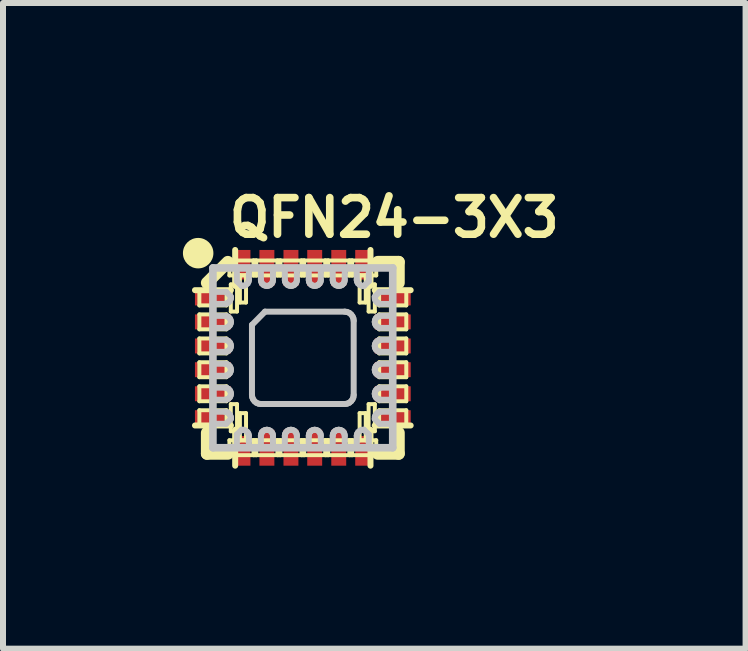
<source format=kicad_pcb>
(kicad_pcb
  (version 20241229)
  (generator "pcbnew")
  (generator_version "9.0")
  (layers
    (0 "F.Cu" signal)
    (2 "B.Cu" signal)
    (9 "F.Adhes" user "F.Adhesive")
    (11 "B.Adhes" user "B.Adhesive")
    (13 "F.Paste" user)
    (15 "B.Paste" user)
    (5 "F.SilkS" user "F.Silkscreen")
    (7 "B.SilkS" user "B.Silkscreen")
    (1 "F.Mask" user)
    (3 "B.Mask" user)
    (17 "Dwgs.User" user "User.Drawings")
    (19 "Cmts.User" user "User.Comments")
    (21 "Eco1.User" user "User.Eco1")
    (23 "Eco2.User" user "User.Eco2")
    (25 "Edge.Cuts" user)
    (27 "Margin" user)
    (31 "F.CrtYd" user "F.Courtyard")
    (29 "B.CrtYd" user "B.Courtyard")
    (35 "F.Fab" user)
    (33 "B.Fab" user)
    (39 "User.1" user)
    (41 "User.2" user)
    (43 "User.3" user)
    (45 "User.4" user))
  (footprint "QFN24-3X3"
    (layer "F.Cu")
    (at 1.999 2.916)
    (property "Reference" "QFN24-3X3" (at 1.524 -2.337 0) (layer "F.SilkS") (effects (font (size 0.61 0.61) (thickness 0.127))))
    (attr smd)
    (fp_line (start -1.499 -1.123) (end -1.303 -1.123) (stroke (width 0.003) (type solid)) (layer "B.Cu"))
    (fp_line (start -1.499 -0.874) (end -1.499 -1.123) (stroke (width 0.003) (type solid)) (layer "B.Cu"))
    (fp_line (start -1.499 0.874) (end -1.499 1.123) (stroke (width 0.003) (type solid)) (layer "B.Cu"))
    (fp_line (start -1.499 1.123) (end -1.303 1.123) (stroke (width 0.003) (type solid)) (layer "B.Cu"))
    (fp_line (start -1.303 -1.123) (end -1.199 -1.019) (stroke (width 0.003) (type solid)) (layer "B.Cu"))
    (fp_line (start -1.303 1.123) (end -1.199 1.019) (stroke (width 0.003) (type solid)) (layer "B.Cu"))
    (fp_line (start -1.199 -1.019) (end -1.199 -0.874) (stroke (width 0.003) (type solid)) (layer "B.Cu"))
    (fp_line (start -1.199 -0.874) (end -1.499 -0.874) (stroke (width 0.003) (type solid)) (layer "B.Cu"))
    (fp_line (start -1.199 0.874) (end -1.499 0.874) (stroke (width 0.003) (type solid)) (layer "B.Cu"))
    (fp_line (start -1.199 1.019) (end -1.199 0.874) (stroke (width 0.003) (type solid)) (layer "B.Cu"))
    (fp_line (start -1.123 -1.499) (end -1.123 -1.303) (stroke (width 0.003) (type solid)) (layer "B.Cu"))
    (fp_line (start -1.123 -1.303) (end -1.019 -1.199) (stroke (width 0.003) (type solid)) (layer "B.Cu"))
    (fp_line (start -1.123 1.303) (end -1.019 1.199) (stroke (width 0.003) (type solid)) (layer "B.Cu"))
    (fp_line (start -1.123 1.499) (end -1.123 1.303) (stroke (width 0.003) (type solid)) (layer "B.Cu"))
    (fp_line (start -1.019 -1.199) (end -0.874 -1.199) (stroke (width 0.003) (type solid)) (layer "B.Cu"))
    (fp_line (start -1.019 1.199) (end -0.874 1.199) (stroke (width 0.003) (type solid)) (layer "B.Cu"))
    (fp_line (start -0.874 -1.499) (end -1.123 -1.499) (stroke (width 0.003) (type solid)) (layer "B.Cu"))
    (fp_line (start -0.874 -1.199) (end -0.874 -1.499) (stroke (width 0.003) (type solid)) (layer "B.Cu"))
    (fp_line (start -0.874 1.199) (end -0.874 1.499) (stroke (width 0.003) (type solid)) (layer "B.Cu"))
    (fp_line (start -0.874 1.499) (end -1.123 1.499) (stroke (width 0.003) (type solid)) (layer "B.Cu"))
    (fp_line (start 0.874 -1.499) (end 1.123 -1.499) (stroke (width 0.003) (type solid)) (layer "B.Cu"))
    (fp_line (start 0.874 -1.199) (end 0.874 -1.499) (stroke (width 0.003) (type solid)) (layer "B.Cu"))
    (fp_line (start 0.874 1.199) (end 0.874 1.499) (stroke (width 0.003) (type solid)) (layer "B.Cu"))
    (fp_line (start 0.874 1.499) (end 1.123 1.499) (stroke (width 0.003) (type solid)) (layer "B.Cu"))
    (fp_line (start 1.019 -1.199) (end 0.874 -1.199) (stroke (width 0.003) (type solid)) (layer "B.Cu"))
    (fp_line (start 1.019 1.199) (end 0.874 1.199) (stroke (width 0.003) (type solid)) (layer "B.Cu"))
    (fp_line (start 1.123 -1.499) (end 1.123 -1.303) (stroke (width 0.003) (type solid)) (layer "B.Cu"))
    (fp_line (start 1.123 -1.303) (end 1.019 -1.199) (stroke (width 0.003) (type solid)) (layer "B.Cu"))
    (fp_line (start 1.123 1.303) (end 1.019 1.199) (stroke (width 0.003) (type solid)) (layer "B.Cu"))
    (fp_line (start 1.123 1.499) (end 1.123 1.303) (stroke (width 0.003) (type solid)) (layer "B.Cu"))
    (fp_line (start 1.199 -1.019) (end 1.199 -0.874) (stroke (width 0.003) (type solid)) (layer "B.Cu"))
    (fp_line (start 1.199 -0.874) (end 1.499 -0.874) (stroke (width 0.003) (type solid)) (layer "B.Cu"))
    (fp_line (start 1.199 0.874) (end 1.499 0.874) (stroke (width 0.003) (type solid)) (layer "B.Cu"))
    (fp_line (start 1.199 1.019) (end 1.199 0.874) (stroke (width 0.003) (type solid)) (layer "B.Cu"))
    (fp_line (start 1.303 -1.123) (end 1.199 -1.019) (stroke (width 0.003) (type solid)) (layer "B.Cu"))
    (fp_line (start 1.303 1.123) (end 1.199 1.019) (stroke (width 0.003) (type solid)) (layer "B.Cu"))
    (fp_line (start 1.499 -1.123) (end 1.303 -1.123) (stroke (width 0.003) (type solid)) (layer "B.Cu"))
    (fp_line (start 1.499 -0.874) (end 1.499 -1.123) (stroke (width 0.003) (type solid)) (layer "B.Cu"))
    (fp_line (start 1.499 0.874) (end 1.499 1.123) (stroke (width 0.003) (type solid)) (layer "B.Cu"))
    (fp_line (start 1.499 1.123) (end 1.303 1.123) (stroke (width 0.003) (type solid)) (layer "B.Cu"))
    (fp_line (start -1.798 -1.128) (end -1.199 -1.128) (stroke (width 0.1) (type solid)) (layer "F.SilkS"))
    (fp_line (start -1.725 -1.123) (end -1.273 -1.123) (stroke (width 0.066) (type solid)) (layer "F.SilkS"))
    (fp_line (start -1.725 -0.874) (end -1.725 -1.123) (stroke (width 0.066) (type solid)) (layer "F.SilkS"))
    (fp_line (start -1.725 -0.874) (end -1.273 -0.874) (stroke (width 0.066) (type solid)) (layer "F.SilkS"))
    (fp_line (start -1.725 -0.724) (end -1.273 -0.724) (stroke (width 0.066) (type solid)) (layer "F.SilkS"))
    (fp_line (start -1.725 -0.475) (end -1.725 -0.724) (stroke (width 0.066) (type solid)) (layer "F.SilkS"))
    (fp_line (start -1.725 -0.475) (end -1.273 -0.475) (stroke (width 0.066) (type solid)) (layer "F.SilkS"))
    (fp_line (start -1.725 -0.323) (end -1.273 -0.323) (stroke (width 0.066) (type solid)) (layer "F.SilkS"))
    (fp_line (start -1.725 -0.074) (end -1.725 -0.323) (stroke (width 0.066) (type solid)) (layer "F.SilkS"))
    (fp_line (start -1.725 -0.074) (end -1.273 -0.074) (stroke (width 0.066) (type solid)) (layer "F.SilkS"))
    (fp_line (start -1.725 0.074) (end -1.273 0.074) (stroke (width 0.066) (type solid)) (layer "F.SilkS"))
    (fp_line (start -1.725 0.323) (end -1.725 0.074) (stroke (width 0.066) (type solid)) (layer "F.SilkS"))
    (fp_line (start -1.725 0.323) (end -1.273 0.323) (stroke (width 0.066) (type solid)) (layer "F.SilkS"))
    (fp_line (start -1.725 0.475) (end -1.273 0.475) (stroke (width 0.066) (type solid)) (layer "F.SilkS"))
    (fp_line (start -1.725 0.724) (end -1.725 0.475) (stroke (width 0.066) (type solid)) (layer "F.SilkS"))
    (fp_line (start -1.725 0.724) (end -1.273 0.724) (stroke (width 0.066) (type solid)) (layer "F.SilkS"))
    (fp_line (start -1.725 0.874) (end -1.273 0.874) (stroke (width 0.066) (type solid)) (layer "F.SilkS"))
    (fp_line (start -1.725 1.123) (end -1.725 0.874) (stroke (width 0.066) (type solid)) (layer "F.SilkS"))
    (fp_line (start -1.725 1.123) (end -1.273 1.123) (stroke (width 0.066) (type solid)) (layer "F.SilkS"))
    (fp_line (start -1.598 -1.25) (end -1.25 -1.598) (stroke (width 0.203) (type solid)) (layer "F.SilkS"))
    (fp_line (start -1.598 1.25) (end -1.598 1.598) (stroke (width 0.203) (type solid)) (layer "F.SilkS"))
    (fp_line (start -1.598 1.598) (end -1.25 1.598) (stroke (width 0.203) (type solid)) (layer "F.SilkS"))
    (fp_line (start -1.273 -0.874) (end -1.273 -1.123) (stroke (width 0.066) (type solid)) (layer "F.SilkS"))
    (fp_line (start -1.273 -0.475) (end -1.273 -0.724) (stroke (width 0.066) (type solid)) (layer "F.SilkS"))
    (fp_line (start -1.273 -0.074) (end -1.273 -0.323) (stroke (width 0.066) (type solid)) (layer "F.SilkS"))
    (fp_line (start -1.273 0.323) (end -1.273 0.074) (stroke (width 0.066) (type solid)) (layer "F.SilkS"))
    (fp_line (start -1.273 0.724) (end -1.273 0.475) (stroke (width 0.066) (type solid)) (layer "F.SilkS"))
    (fp_line (start -1.273 1.123) (end -1.273 0.874) (stroke (width 0.066) (type solid)) (layer "F.SilkS"))
    (fp_line (start -1.224 -1.623) (end -0.775 -1.623) (stroke (width 0.066) (type solid)) (layer "F.SilkS"))
    (fp_line (start -1.224 -1.374) (end -1.224 -1.623) (stroke (width 0.066) (type solid)) (layer "F.SilkS"))
    (fp_line (start -1.224 -1.374) (end -0.775 -1.374) (stroke (width 0.066) (type solid)) (layer "F.SilkS"))
    (fp_line (start -1.224 1.374) (end -0.775 1.374) (stroke (width 0.066) (type solid)) (layer "F.SilkS"))
    (fp_line (start -1.224 1.623) (end -1.224 1.374) (stroke (width 0.066) (type solid)) (layer "F.SilkS"))
    (fp_line (start -1.224 1.623) (end -0.775 1.623) (stroke (width 0.066) (type solid)) (layer "F.SilkS"))
    (fp_line (start -1.201 -1.224) (end -1.097 -1.224) (stroke (width 0.066) (type solid)) (layer "F.SilkS"))
    (fp_line (start -1.201 -0.772) (end -1.201 -1.224) (stroke (width 0.066) (type solid)) (layer "F.SilkS"))
    (fp_line (start -1.201 -0.772) (end -1.097 -0.772) (stroke (width 0.066) (type solid)) (layer "F.SilkS"))
    (fp_line (start -1.201 0.772) (end -1.097 0.772) (stroke (width 0.066) (type solid)) (layer "F.SilkS"))
    (fp_line (start -1.201 1.224) (end -1.201 0.772) (stroke (width 0.066) (type solid)) (layer "F.SilkS"))
    (fp_line (start -1.201 1.224) (end -1.097 1.224) (stroke (width 0.066) (type solid)) (layer "F.SilkS"))
    (fp_line (start -1.199 1.128) (end -1.798 1.128) (stroke (width 0.1) (type solid)) (layer "F.SilkS"))
    (fp_line (start -1.128 -1.199) (end -1.128 -1.798) (stroke (width 0.1) (type solid)) (layer "F.SilkS"))
    (fp_line (start -1.128 1.798) (end -1.128 1.199) (stroke (width 0.1) (type solid)) (layer "F.SilkS"))
    (fp_line (start -1.097 -0.772) (end -1.097 -1.224) (stroke (width 0.066) (type solid)) (layer "F.SilkS"))
    (fp_line (start -1.097 1.224) (end -1.097 0.772) (stroke (width 0.066) (type solid)) (layer "F.SilkS"))
    (fp_line (start -1.049 -1.377) (end -0.947 -1.377) (stroke (width 0.066) (type solid)) (layer "F.SilkS"))
    (fp_line (start -1.049 -0.922) (end -1.049 -1.377) (stroke (width 0.066) (type solid)) (layer "F.SilkS"))
    (fp_line (start -1.049 -0.922) (end -0.947 -0.922) (stroke (width 0.066) (type solid)) (layer "F.SilkS"))
    (fp_line (start -1.049 0.922) (end -0.947 0.922) (stroke (width 0.066) (type solid)) (layer "F.SilkS"))
    (fp_line (start -1.049 1.377) (end -1.049 0.922) (stroke (width 0.066) (type solid)) (layer "F.SilkS"))
    (fp_line (start -1.049 1.377) (end -0.947 1.377) (stroke (width 0.066) (type solid)) (layer "F.SilkS"))
    (fp_line (start -0.947 -0.922) (end -0.947 -1.377) (stroke (width 0.066) (type solid)) (layer "F.SilkS"))
    (fp_line (start -0.947 1.377) (end -0.947 0.922) (stroke (width 0.066) (type solid)) (layer "F.SilkS"))
    (fp_line (start -0.823 -1.623) (end -0.373 -1.623) (stroke (width 0.066) (type solid)) (layer "F.SilkS"))
    (fp_line (start -0.823 -1.374) (end -0.823 -1.623) (stroke (width 0.066) (type solid)) (layer "F.SilkS"))
    (fp_line (start -0.823 -1.374) (end -0.373 -1.374) (stroke (width 0.066) (type solid)) (layer "F.SilkS"))
    (fp_line (start -0.823 1.374) (end -0.373 1.374) (stroke (width 0.066) (type solid)) (layer "F.SilkS"))
    (fp_line (start -0.823 1.623) (end -0.823 1.374) (stroke (width 0.066) (type solid)) (layer "F.SilkS"))
    (fp_line (start -0.823 1.623) (end -0.373 1.623) (stroke (width 0.066) (type solid)) (layer "F.SilkS"))
    (fp_line (start -0.775 -1.374) (end -0.775 -1.623) (stroke (width 0.066) (type solid)) (layer "F.SilkS"))
    (fp_line (start -0.775 1.623) (end -0.775 1.374) (stroke (width 0.066) (type solid)) (layer "F.SilkS"))
    (fp_line (start -0.424 -1.623) (end 0.023 -1.623) (stroke (width 0.066) (type solid)) (layer "F.SilkS"))
    (fp_line (start -0.424 -1.374) (end -0.424 -1.623) (stroke (width 0.066) (type solid)) (layer "F.SilkS"))
    (fp_line (start -0.424 -1.374) (end 0.023 -1.374) (stroke (width 0.066) (type solid)) (layer "F.SilkS"))
    (fp_line (start -0.424 1.374) (end 0.023 1.374) (stroke (width 0.066) (type solid)) (layer "F.SilkS"))
    (fp_line (start -0.424 1.623) (end -0.424 1.374) (stroke (width 0.066) (type solid)) (layer "F.SilkS"))
    (fp_line (start -0.424 1.623) (end 0.023 1.623) (stroke (width 0.066) (type solid)) (layer "F.SilkS"))
    (fp_line (start -0.373 -1.374) (end -0.373 -1.623) (stroke (width 0.066) (type solid)) (layer "F.SilkS"))
    (fp_line (start -0.373 1.623) (end -0.373 1.374) (stroke (width 0.066) (type solid)) (layer "F.SilkS"))
    (fp_line (start -0.023 -1.623) (end 0.424 -1.623) (stroke (width 0.066) (type solid)) (layer "F.SilkS"))
    (fp_line (start -0.023 -1.374) (end -0.023 -1.623) (stroke (width 0.066) (type solid)) (layer "F.SilkS"))
    (fp_line (start -0.023 -1.374) (end 0.424 -1.374) (stroke (width 0.066) (type solid)) (layer "F.SilkS"))
    (fp_line (start -0.023 1.374) (end 0.424 1.374) (stroke (width 0.066) (type solid)) (layer "F.SilkS"))
    (fp_line (start -0.023 1.623) (end -0.023 1.374) (stroke (width 0.066) (type solid)) (layer "F.SilkS"))
    (fp_line (start -0.023 1.623) (end 0.424 1.623) (stroke (width 0.066) (type solid)) (layer "F.SilkS"))
    (fp_line (start 0.023 -1.374) (end 0.023 -1.623) (stroke (width 0.066) (type solid)) (layer "F.SilkS"))
    (fp_line (start 0.023 1.623) (end 0.023 1.374) (stroke (width 0.066) (type solid)) (layer "F.SilkS"))
    (fp_line (start 0.373 -1.623) (end 0.823 -1.623) (stroke (width 0.066) (type solid)) (layer "F.SilkS"))
    (fp_line (start 0.373 -1.374) (end 0.373 -1.623) (stroke (width 0.066) (type solid)) (layer "F.SilkS"))
    (fp_line (start 0.373 -1.374) (end 0.823 -1.374) (stroke (width 0.066) (type solid)) (layer "F.SilkS"))
    (fp_line (start 0.373 1.374) (end 0.823 1.374) (stroke (width 0.066) (type solid)) (layer "F.SilkS"))
    (fp_line (start 0.373 1.623) (end 0.373 1.374) (stroke (width 0.066) (type solid)) (layer "F.SilkS"))
    (fp_line (start 0.373 1.623) (end 0.823 1.623) (stroke (width 0.066) (type solid)) (layer "F.SilkS"))
    (fp_line (start 0.424 -1.374) (end 0.424 -1.623) (stroke (width 0.066) (type solid)) (layer "F.SilkS"))
    (fp_line (start 0.424 1.623) (end 0.424 1.374) (stroke (width 0.066) (type solid)) (layer "F.SilkS"))
    (fp_line (start 0.775 -1.623) (end 1.224 -1.623) (stroke (width 0.066) (type solid)) (layer "F.SilkS"))
    (fp_line (start 0.775 -1.374) (end 0.775 -1.623) (stroke (width 0.066) (type solid)) (layer "F.SilkS"))
    (fp_line (start 0.775 -1.374) (end 1.224 -1.374) (stroke (width 0.066) (type solid)) (layer "F.SilkS"))
    (fp_line (start 0.775 1.374) (end 1.224 1.374) (stroke (width 0.066) (type solid)) (layer "F.SilkS"))
    (fp_line (start 0.775 1.623) (end 0.775 1.374) (stroke (width 0.066) (type solid)) (layer "F.SilkS"))
    (fp_line (start 0.775 1.623) (end 1.224 1.623) (stroke (width 0.066) (type solid)) (layer "F.SilkS"))
    (fp_line (start 0.823 -1.374) (end 0.823 -1.623) (stroke (width 0.066) (type solid)) (layer "F.SilkS"))
    (fp_line (start 0.823 1.623) (end 0.823 1.374) (stroke (width 0.066) (type solid)) (layer "F.SilkS"))
    (fp_line (start 0.947 -1.377) (end 1.049 -1.377) (stroke (width 0.066) (type solid)) (layer "F.SilkS"))
    (fp_line (start 0.947 -0.922) (end 0.947 -1.377) (stroke (width 0.066) (type solid)) (layer "F.SilkS"))
    (fp_line (start 0.947 -0.922) (end 1.049 -0.922) (stroke (width 0.066) (type solid)) (layer "F.SilkS"))
    (fp_line (start 0.947 0.922) (end 1.049 0.922) (stroke (width 0.066) (type solid)) (layer "F.SilkS"))
    (fp_line (start 0.947 1.377) (end 0.947 0.922) (stroke (width 0.066) (type solid)) (layer "F.SilkS"))
    (fp_line (start 0.947 1.377) (end 1.049 1.377) (stroke (width 0.066) (type solid)) (layer "F.SilkS"))
    (fp_line (start 1.049 -0.922) (end 1.049 -1.377) (stroke (width 0.066) (type solid)) (layer "F.SilkS"))
    (fp_line (start 1.049 1.377) (end 1.049 0.922) (stroke (width 0.066) (type solid)) (layer "F.SilkS"))
    (fp_line (start 1.097 -1.224) (end 1.201 -1.224) (stroke (width 0.066) (type solid)) (layer "F.SilkS"))
    (fp_line (start 1.097 -0.772) (end 1.097 -1.224) (stroke (width 0.066) (type solid)) (layer "F.SilkS"))
    (fp_line (start 1.097 -0.772) (end 1.201 -0.772) (stroke (width 0.066) (type solid)) (layer "F.SilkS"))
    (fp_line (start 1.097 0.772) (end 1.201 0.772) (stroke (width 0.066) (type solid)) (layer "F.SilkS"))
    (fp_line (start 1.097 1.224) (end 1.097 0.772) (stroke (width 0.066) (type solid)) (layer "F.SilkS"))
    (fp_line (start 1.097 1.224) (end 1.201 1.224) (stroke (width 0.066) (type solid)) (layer "F.SilkS"))
    (fp_line (start 1.128 -1.798) (end 1.128 -1.199) (stroke (width 0.1) (type solid)) (layer "F.SilkS"))
    (fp_line (start 1.128 1.199) (end 1.128 1.798) (stroke (width 0.1) (type solid)) (layer "F.SilkS"))
    (fp_line (start 1.199 -1.128) (end 1.798 -1.128) (stroke (width 0.1) (type solid)) (layer "F.SilkS"))
    (fp_line (start 1.201 -0.772) (end 1.201 -1.224) (stroke (width 0.066) (type solid)) (layer "F.SilkS"))
    (fp_line (start 1.201 1.224) (end 1.201 0.772) (stroke (width 0.066) (type solid)) (layer "F.SilkS"))
    (fp_line (start 1.224 -1.374) (end 1.224 -1.623) (stroke (width 0.066) (type solid)) (layer "F.SilkS"))
    (fp_line (start 1.224 1.623) (end 1.224 1.374) (stroke (width 0.066) (type solid)) (layer "F.SilkS"))
    (fp_line (start 1.25 1.598) (end 1.598 1.598) (stroke (width 0.203) (type solid)) (layer "F.SilkS"))
    (fp_line (start 1.273 -1.123) (end 1.725 -1.123) (stroke (width 0.066) (type solid)) (layer "F.SilkS"))
    (fp_line (start 1.273 -0.874) (end 1.273 -1.123) (stroke (width 0.066) (type solid)) (layer "F.SilkS"))
    (fp_line (start 1.273 -0.874) (end 1.725 -0.874) (stroke (width 0.066) (type solid)) (layer "F.SilkS"))
    (fp_line (start 1.273 -0.724) (end 1.725 -0.724) (stroke (width 0.066) (type solid)) (layer "F.SilkS"))
    (fp_line (start 1.273 -0.475) (end 1.273 -0.724) (stroke (width 0.066) (type solid)) (layer "F.SilkS"))
    (fp_line (start 1.273 -0.475) (end 1.725 -0.475) (stroke (width 0.066) (type solid)) (layer "F.SilkS"))
    (fp_line (start 1.273 -0.323) (end 1.725 -0.323) (stroke (width 0.066) (type solid)) (layer "F.SilkS"))
    (fp_line (start 1.273 -0.074) (end 1.273 -0.323) (stroke (width 0.066) (type solid)) (layer "F.SilkS"))
    (fp_line (start 1.273 -0.074) (end 1.725 -0.074) (stroke (width 0.066) (type solid)) (layer "F.SilkS"))
    (fp_line (start 1.273 0.074) (end 1.725 0.074) (stroke (width 0.066) (type solid)) (layer "F.SilkS"))
    (fp_line (start 1.273 0.323) (end 1.273 0.074) (stroke (width 0.066) (type solid)) (layer "F.SilkS"))
    (fp_line (start 1.273 0.323) (end 1.725 0.323) (stroke (width 0.066) (type solid)) (layer "F.SilkS"))
    (fp_line (start 1.273 0.475) (end 1.725 0.475) (stroke (width 0.066) (type solid)) (layer "F.SilkS"))
    (fp_line (start 1.273 0.724) (end 1.273 0.475) (stroke (width 0.066) (type solid)) (layer "F.SilkS"))
    (fp_line (start 1.273 0.724) (end 1.725 0.724) (stroke (width 0.066) (type solid)) (layer "F.SilkS"))
    (fp_line (start 1.273 0.874) (end 1.725 0.874) (stroke (width 0.066) (type solid)) (layer "F.SilkS"))
    (fp_line (start 1.273 1.123) (end 1.273 0.874) (stroke (width 0.066) (type solid)) (layer "F.SilkS"))
    (fp_line (start 1.273 1.123) (end 1.725 1.123) (stroke (width 0.066) (type solid)) (layer "F.SilkS"))
    (fp_line (start 1.598 -1.598) (end 1.25 -1.598) (stroke (width 0.203) (type solid)) (layer "F.SilkS"))
    (fp_line (start 1.598 -1.25) (end 1.598 -1.598) (stroke (width 0.203) (type solid)) (layer "F.SilkS"))
    (fp_line (start 1.598 1.598) (end 1.598 1.25) (stroke (width 0.203) (type solid)) (layer "F.SilkS"))
    (fp_line (start 1.725 -0.874) (end 1.725 -1.123) (stroke (width 0.066) (type solid)) (layer "F.SilkS"))
    (fp_line (start 1.725 -0.475) (end 1.725 -0.724) (stroke (width 0.066) (type solid)) (layer "F.SilkS"))
    (fp_line (start 1.725 -0.074) (end 1.725 -0.323) (stroke (width 0.066) (type solid)) (layer "F.SilkS"))
    (fp_line (start 1.725 0.323) (end 1.725 0.074) (stroke (width 0.066) (type solid)) (layer "F.SilkS"))
    (fp_line (start 1.725 0.724) (end 1.725 0.475) (stroke (width 0.066) (type solid)) (layer "F.SilkS"))
    (fp_line (start 1.725 1.123) (end 1.725 0.874) (stroke (width 0.066) (type solid)) (layer "F.SilkS"))
    (fp_line (start 1.798 1.128) (end 1.199 1.128) (stroke (width 0.1) (type solid)) (layer "F.SilkS"))
    (fp_circle (center -1.745 -1.745) (end -1.745 -1.999) (stroke (width 0) (type solid)) (fill yes) (layer "F.SilkS"))
    (fp_line (start -1.499 -1.499) (end -1.499 1.499) (stroke (width 0.127) (type solid)) (layer "Dwgs.User"))
    (fp_line (start -1.499 -1.1) (end -1.278 -1.1) (stroke (width 0.1) (type solid)) (layer "Dwgs.User"))
    (fp_line (start -1.499 -0.899) (end -1.499 -1.1) (stroke (width 0.1) (type solid)) (layer "Dwgs.User"))
    (fp_line (start -1.499 -0.699) (end -1.298 -0.699) (stroke (width 0.1) (type solid)) (layer "Dwgs.User"))
    (fp_line (start -1.499 -0.498) (end -1.499 -0.699) (stroke (width 0.1) (type solid)) (layer "Dwgs.User"))
    (fp_line (start -1.499 -0.3) (end -1.298 -0.3) (stroke (width 0.1) (type solid)) (layer "Dwgs.User"))
    (fp_line (start -1.499 -0.099) (end -1.499 -0.3) (stroke (width 0.1) (type solid)) (layer "Dwgs.User"))
    (fp_line (start -1.499 0.099) (end -1.298 0.099) (stroke (width 0.1) (type solid)) (layer "Dwgs.User"))
    (fp_line (start -1.499 0.3) (end -1.499 0.099) (stroke (width 0.1) (type solid)) (layer "Dwgs.User"))
    (fp_line (start -1.499 0.498) (end -1.298 0.498) (stroke (width 0.1) (type solid)) (layer "Dwgs.User"))
    (fp_line (start -1.499 0.699) (end -1.499 0.498) (stroke (width 0.1) (type solid)) (layer "Dwgs.User"))
    (fp_line (start -1.499 0.899) (end -1.499 1.1) (stroke (width 0.1) (type solid)) (layer "Dwgs.User"))
    (fp_line (start -1.499 1.1) (end -1.278 1.1) (stroke (width 0.1) (type solid)) (layer "Dwgs.User"))
    (fp_line (start -1.499 1.499) (end 1.499 1.499) (stroke (width 0.127) (type solid)) (layer "Dwgs.User"))
    (fp_line (start -1.298 -0.899) (end -1.499 -0.899) (stroke (width 0.1) (type solid)) (layer "Dwgs.User"))
    (fp_line (start -1.298 -0.699) (end -1.267 -0.693) (stroke (width 0.1) (type solid)) (layer "Dwgs.User"))
    (fp_line (start -1.298 -0.498) (end -1.499 -0.498) (stroke (width 0.1) (type solid)) (layer "Dwgs.User"))
    (fp_line (start -1.298 -0.3) (end -1.267 -0.295) (stroke (width 0.1) (type solid)) (layer "Dwgs.User"))
    (fp_line (start -1.298 -0.099) (end -1.499 -0.099) (stroke (width 0.1) (type solid)) (layer "Dwgs.User"))
    (fp_line (start -1.298 0.099) (end -1.267 0.104) (stroke (width 0.1) (type solid)) (layer "Dwgs.User"))
    (fp_line (start -1.298 0.3) (end -1.499 0.3) (stroke (width 0.1) (type solid)) (layer "Dwgs.User"))
    (fp_line (start -1.298 0.498) (end -1.267 0.503) (stroke (width 0.1) (type solid)) (layer "Dwgs.User"))
    (fp_line (start -1.298 0.699) (end -1.499 0.699) (stroke (width 0.1) (type solid)) (layer "Dwgs.User"))
    (fp_line (start -1.298 0.899) (end -1.499 0.899) (stroke (width 0.1) (type solid)) (layer "Dwgs.User"))
    (fp_line (start -1.278 -1.1) (end -1.199 -1.019) (stroke (width 0.1) (type solid)) (layer "Dwgs.User"))
    (fp_line (start -1.278 1.1) (end -1.199 1.019) (stroke (width 0.1) (type solid)) (layer "Dwgs.User"))
    (fp_line (start -1.267 -0.693) (end -1.24 -0.681) (stroke (width 0.1) (type solid)) (layer "Dwgs.User"))
    (fp_line (start -1.267 -0.503) (end -1.298 -0.498) (stroke (width 0.1) (type solid)) (layer "Dwgs.User"))
    (fp_line (start -1.267 -0.295) (end -1.24 -0.279) (stroke (width 0.1) (type solid)) (layer "Dwgs.User"))
    (fp_line (start -1.267 -0.104) (end -1.298 -0.099) (stroke (width 0.1) (type solid)) (layer "Dwgs.User"))
    (fp_line (start -1.267 0.104) (end -1.24 0.117) (stroke (width 0.1) (type solid)) (layer "Dwgs.User"))
    (fp_line (start -1.267 0.295) (end -1.298 0.3) (stroke (width 0.1) (type solid)) (layer "Dwgs.User"))
    (fp_line (start -1.267 0.503) (end -1.24 0.518) (stroke (width 0.1) (type solid)) (layer "Dwgs.User"))
    (fp_line (start -1.267 0.693) (end -1.298 0.699) (stroke (width 0.1) (type solid)) (layer "Dwgs.User"))
    (fp_line (start -1.265 -0.907) (end -1.298 -0.899) (stroke (width 0.1) (type solid)) (layer "Dwgs.User"))
    (fp_line (start -1.265 0.907) (end -1.298 0.899) (stroke (width 0.1) (type solid)) (layer "Dwgs.User"))
    (fp_line (start -1.24 -0.681) (end -1.217 -0.658) (stroke (width 0.1) (type solid)) (layer "Dwgs.User"))
    (fp_line (start -1.24 -0.518) (end -1.267 -0.503) (stroke (width 0.1) (type solid)) (layer "Dwgs.User"))
    (fp_line (start -1.24 -0.279) (end -1.217 -0.257) (stroke (width 0.1) (type solid)) (layer "Dwgs.User"))
    (fp_line (start -1.24 -0.117) (end -1.267 -0.104) (stroke (width 0.1) (type solid)) (layer "Dwgs.User"))
    (fp_line (start -1.24 0.117) (end -1.217 0.14) (stroke (width 0.1) (type solid)) (layer "Dwgs.User"))
    (fp_line (start -1.24 0.279) (end -1.267 0.295) (stroke (width 0.1) (type solid)) (layer "Dwgs.User"))
    (fp_line (start -1.24 0.518) (end -1.217 0.541) (stroke (width 0.1) (type solid)) (layer "Dwgs.User"))
    (fp_line (start -1.24 0.681) (end -1.267 0.693) (stroke (width 0.1) (type solid)) (layer "Dwgs.User"))
    (fp_line (start -1.237 -0.925) (end -1.265 -0.907) (stroke (width 0.1) (type solid)) (layer "Dwgs.User"))
    (fp_line (start -1.237 0.925) (end -1.265 0.907) (stroke (width 0.1) (type solid)) (layer "Dwgs.User"))
    (fp_line (start -1.217 -0.658) (end -1.204 -0.63) (stroke (width 0.1) (type solid)) (layer "Dwgs.User"))
    (fp_line (start -1.217 -0.541) (end -1.24 -0.518) (stroke (width 0.1) (type solid)) (layer "Dwgs.User"))
    (fp_line (start -1.217 -0.257) (end -1.204 -0.229) (stroke (width 0.1) (type solid)) (layer "Dwgs.User"))
    (fp_line (start -1.217 -0.14) (end -1.24 -0.117) (stroke (width 0.1) (type solid)) (layer "Dwgs.User"))
    (fp_line (start -1.217 0.14) (end -1.204 0.168) (stroke (width 0.1) (type solid)) (layer "Dwgs.User"))
    (fp_line (start -1.217 0.257) (end -1.24 0.279) (stroke (width 0.1) (type solid)) (layer "Dwgs.User"))
    (fp_line (start -1.217 0.541) (end -1.204 0.569) (stroke (width 0.1) (type solid)) (layer "Dwgs.User"))
    (fp_line (start -1.217 0.658) (end -1.24 0.681) (stroke (width 0.1) (type solid)) (layer "Dwgs.User"))
    (fp_line (start -1.214 -0.953) (end -1.237 -0.925) (stroke (width 0.1) (type solid)) (layer "Dwgs.User"))
    (fp_line (start -1.214 0.953) (end -1.237 0.925) (stroke (width 0.1) (type solid)) (layer "Dwgs.User"))
    (fp_line (start -1.204 -0.63) (end -1.199 -0.599) (stroke (width 0.1) (type solid)) (layer "Dwgs.User"))
    (fp_line (start -1.204 -0.569) (end -1.217 -0.541) (stroke (width 0.1) (type solid)) (layer "Dwgs.User"))
    (fp_line (start -1.204 -0.229) (end -1.199 -0.198) (stroke (width 0.1) (type solid)) (layer "Dwgs.User"))
    (fp_line (start -1.204 -0.168) (end -1.217 -0.14) (stroke (width 0.1) (type solid)) (layer "Dwgs.User"))
    (fp_line (start -1.204 0.168) (end -1.199 0.198) (stroke (width 0.1) (type solid)) (layer "Dwgs.User"))
    (fp_line (start -1.204 0.229) (end -1.217 0.257) (stroke (width 0.1) (type solid)) (layer "Dwgs.User"))
    (fp_line (start -1.204 0.569) (end -1.199 0.599) (stroke (width 0.1) (type solid)) (layer "Dwgs.User"))
    (fp_line (start -1.204 0.63) (end -1.217 0.658) (stroke (width 0.1) (type solid)) (layer "Dwgs.User"))
    (fp_line (start -1.201 -0.983) (end -1.214 -0.953) (stroke (width 0.1) (type solid)) (layer "Dwgs.User"))
    (fp_line (start -1.201 0.983) (end -1.214 0.953) (stroke (width 0.1) (type solid)) (layer "Dwgs.User"))
    (fp_line (start -1.199 -1.019) (end -1.201 -0.983) (stroke (width 0.1) (type solid)) (layer "Dwgs.User"))
    (fp_line (start -1.199 -0.599) (end -1.204 -0.569) (stroke (width 0.1) (type solid)) (layer "Dwgs.User"))
    (fp_line (start -1.199 -0.198) (end -1.204 -0.168) (stroke (width 0.1) (type solid)) (layer "Dwgs.User"))
    (fp_line (start -1.199 0.198) (end -1.204 0.229) (stroke (width 0.1) (type solid)) (layer "Dwgs.User"))
    (fp_line (start -1.199 0.599) (end -1.204 0.63) (stroke (width 0.1) (type solid)) (layer "Dwgs.User"))
    (fp_line (start -1.199 1.019) (end -1.201 0.983) (stroke (width 0.1) (type solid)) (layer "Dwgs.User"))
    (fp_line (start -1.1 -1.499) (end -1.1 -1.278) (stroke (width 0.1) (type solid)) (layer "Dwgs.User"))
    (fp_line (start -1.1 -1.278) (end -1.019 -1.199) (stroke (width 0.1) (type solid)) (layer "Dwgs.User"))
    (fp_line (start -1.1 1.278) (end -1.019 1.199) (stroke (width 0.1) (type solid)) (layer "Dwgs.User"))
    (fp_line (start -1.1 1.499) (end -1.1 1.278) (stroke (width 0.1) (type solid)) (layer "Dwgs.User"))
    (fp_line (start -1.019 -1.199) (end -0.983 -1.201) (stroke (width 0.1) (type solid)) (layer "Dwgs.User"))
    (fp_line (start -1.019 1.199) (end -0.983 1.201) (stroke (width 0.1) (type solid)) (layer "Dwgs.User"))
    (fp_line (start -0.983 -1.201) (end -0.953 -1.214) (stroke (width 0.1) (type solid)) (layer "Dwgs.User"))
    (fp_line (start -0.983 1.201) (end -0.953 1.214) (stroke (width 0.1) (type solid)) (layer "Dwgs.User"))
    (fp_line (start -0.953 -1.214) (end -0.925 -1.237) (stroke (width 0.1) (type solid)) (layer "Dwgs.User"))
    (fp_line (start -0.953 1.214) (end -0.925 1.237) (stroke (width 0.1) (type solid)) (layer "Dwgs.User"))
    (fp_line (start -0.925 -1.237) (end -0.907 -1.265) (stroke (width 0.1) (type solid)) (layer "Dwgs.User"))
    (fp_line (start -0.925 1.237) (end -0.907 1.265) (stroke (width 0.1) (type solid)) (layer "Dwgs.User"))
    (fp_line (start -0.907 -1.265) (end -0.899 -1.298) (stroke (width 0.1) (type solid)) (layer "Dwgs.User"))
    (fp_line (start -0.907 1.265) (end -0.899 1.298) (stroke (width 0.1) (type solid)) (layer "Dwgs.User"))
    (fp_line (start -0.899 -1.499) (end -1.1 -1.499) (stroke (width 0.1) (type solid)) (layer "Dwgs.User"))
    (fp_line (start -0.899 -1.298) (end -0.899 -1.499) (stroke (width 0.1) (type solid)) (layer "Dwgs.User"))
    (fp_line (start -0.899 1.298) (end -0.899 1.499) (stroke (width 0.1) (type solid)) (layer "Dwgs.User"))
    (fp_line (start -0.899 1.499) (end -1.1 1.499) (stroke (width 0.1) (type solid)) (layer "Dwgs.User"))
    (fp_line (start -0.848 -0.549) (end -0.848 0.62) (stroke (width 0.1) (type solid)) (layer "Dwgs.User"))
    (fp_line (start -0.848 0.62) (end -0.843 0.658) (stroke (width 0.1) (type solid)) (layer "Dwgs.User"))
    (fp_line (start -0.843 0.658) (end -0.828 0.693) (stroke (width 0.1) (type solid)) (layer "Dwgs.User"))
    (fp_line (start -0.828 0.693) (end -0.805 0.724) (stroke (width 0.1) (type solid)) (layer "Dwgs.User"))
    (fp_line (start -0.805 0.724) (end -0.775 0.749) (stroke (width 0.1) (type solid)) (layer "Dwgs.User"))
    (fp_line (start -0.775 0.749) (end -0.737 0.765) (stroke (width 0.1) (type solid)) (layer "Dwgs.User"))
    (fp_line (start -0.737 0.765) (end -0.699 0.77) (stroke (width 0.1) (type solid)) (layer "Dwgs.User"))
    (fp_line (start -0.699 -1.499) (end -0.498 -1.499) (stroke (width 0.1) (type solid)) (layer "Dwgs.User"))
    (fp_line (start -0.699 -1.298) (end -0.699 -1.499) (stroke (width 0.1) (type solid)) (layer "Dwgs.User"))
    (fp_line (start -0.699 0.77) (end 0.699 0.77) (stroke (width 0.1) (type solid)) (layer "Dwgs.User"))
    (fp_line (start -0.699 1.298) (end -0.693 1.267) (stroke (width 0.1) (type solid)) (layer "Dwgs.User"))
    (fp_line (start -0.699 1.499) (end -0.699 1.298) (stroke (width 0.1) (type solid)) (layer "Dwgs.User"))
    (fp_line (start -0.693 -1.267) (end -0.699 -1.298) (stroke (width 0.1) (type solid)) (layer "Dwgs.User"))
    (fp_line (start -0.693 1.267) (end -0.681 1.24) (stroke (width 0.1) (type solid)) (layer "Dwgs.User"))
    (fp_line (start -0.681 -1.24) (end -0.693 -1.267) (stroke (width 0.1) (type solid)) (layer "Dwgs.User"))
    (fp_line (start -0.681 1.24) (end -0.658 1.217) (stroke (width 0.1) (type solid)) (layer "Dwgs.User"))
    (fp_line (start -0.658 -1.217) (end -0.681 -1.24) (stroke (width 0.1) (type solid)) (layer "Dwgs.User"))
    (fp_line (start -0.658 1.217) (end -0.63 1.204) (stroke (width 0.1) (type solid)) (layer "Dwgs.User"))
    (fp_line (start -0.63 -1.204) (end -0.658 -1.217) (stroke (width 0.1) (type solid)) (layer "Dwgs.User"))
    (fp_line (start -0.63 -0.77) (end -0.848 -0.549) (stroke (width 0.1) (type solid)) (layer "Dwgs.User"))
    (fp_line (start -0.63 1.204) (end -0.599 1.199) (stroke (width 0.1) (type solid)) (layer "Dwgs.User"))
    (fp_line (start -0.599 -1.199) (end -0.63 -1.204) (stroke (width 0.1) (type solid)) (layer "Dwgs.User"))
    (fp_line (start -0.599 1.199) (end -0.569 1.204) (stroke (width 0.1) (type solid)) (layer "Dwgs.User"))
    (fp_line (start -0.569 -1.204) (end -0.599 -1.199) (stroke (width 0.1) (type solid)) (layer "Dwgs.User"))
    (fp_line (start -0.569 1.204) (end -0.541 1.217) (stroke (width 0.1) (type solid)) (layer "Dwgs.User"))
    (fp_line (start -0.541 -1.217) (end -0.569 -1.204) (stroke (width 0.1) (type solid)) (layer "Dwgs.User"))
    (fp_line (start -0.541 1.217) (end -0.518 1.24) (stroke (width 0.1) (type solid)) (layer "Dwgs.User"))
    (fp_line (start -0.518 -1.24) (end -0.541 -1.217) (stroke (width 0.1) (type solid)) (layer "Dwgs.User"))
    (fp_line (start -0.518 1.24) (end -0.503 1.267) (stroke (width 0.1) (type solid)) (layer "Dwgs.User"))
    (fp_line (start -0.503 -1.267) (end -0.518 -1.24) (stroke (width 0.1) (type solid)) (layer "Dwgs.User"))
    (fp_line (start -0.503 1.267) (end -0.498 1.298) (stroke (width 0.1) (type solid)) (layer "Dwgs.User"))
    (fp_line (start -0.498 -1.499) (end -0.498 -1.298) (stroke (width 0.1) (type solid)) (layer "Dwgs.User"))
    (fp_line (start -0.498 -1.298) (end -0.503 -1.267) (stroke (width 0.1) (type solid)) (layer "Dwgs.User"))
    (fp_line (start -0.498 1.298) (end -0.498 1.499) (stroke (width 0.1) (type solid)) (layer "Dwgs.User"))
    (fp_line (start -0.498 1.499) (end -0.699 1.499) (stroke (width 0.1) (type solid)) (layer "Dwgs.User"))
    (fp_line (start -0.3 -1.499) (end -0.099 -1.499) (stroke (width 0.1) (type solid)) (layer "Dwgs.User"))
    (fp_line (start -0.3 -1.298) (end -0.3 -1.499) (stroke (width 0.1) (type solid)) (layer "Dwgs.User"))
    (fp_line (start -0.3 1.298) (end -0.295 1.267) (stroke (width 0.1) (type solid)) (layer "Dwgs.User"))
    (fp_line (start -0.3 1.499) (end -0.3 1.298) (stroke (width 0.1) (type solid)) (layer "Dwgs.User"))
    (fp_line (start -0.295 -1.267) (end -0.3 -1.298) (stroke (width 0.1) (type solid)) (layer "Dwgs.User"))
    (fp_line (start -0.295 1.267) (end -0.279 1.24) (stroke (width 0.1) (type solid)) (layer "Dwgs.User"))
    (fp_line (start -0.279 -1.24) (end -0.295 -1.267) (stroke (width 0.1) (type solid)) (layer "Dwgs.User"))
    (fp_line (start -0.279 1.24) (end -0.257 1.217) (stroke (width 0.1) (type solid)) (layer "Dwgs.User"))
    (fp_line (start -0.257 -1.217) (end -0.279 -1.24) (stroke (width 0.1) (type solid)) (layer "Dwgs.User"))
    (fp_line (start -0.257 1.217) (end -0.229 1.204) (stroke (width 0.1) (type solid)) (layer "Dwgs.User"))
    (fp_line (start -0.229 -1.204) (end -0.257 -1.217) (stroke (width 0.1) (type solid)) (layer "Dwgs.User"))
    (fp_line (start -0.229 1.204) (end -0.198 1.199) (stroke (width 0.1) (type solid)) (layer "Dwgs.User"))
    (fp_line (start -0.198 -1.199) (end -0.229 -1.204) (stroke (width 0.1) (type solid)) (layer "Dwgs.User"))
    (fp_line (start -0.198 1.199) (end -0.168 1.204) (stroke (width 0.1) (type solid)) (layer "Dwgs.User"))
    (fp_line (start -0.168 -1.204) (end -0.198 -1.199) (stroke (width 0.1) (type solid)) (layer "Dwgs.User"))
    (fp_line (start -0.168 1.204) (end -0.14 1.217) (stroke (width 0.1) (type solid)) (layer "Dwgs.User"))
    (fp_line (start -0.14 -1.217) (end -0.168 -1.204) (stroke (width 0.1) (type solid)) (layer "Dwgs.User"))
    (fp_line (start -0.14 1.217) (end -0.117 1.24) (stroke (width 0.1) (type solid)) (layer "Dwgs.User"))
    (fp_line (start -0.117 -1.24) (end -0.14 -1.217) (stroke (width 0.1) (type solid)) (layer "Dwgs.User"))
    (fp_line (start -0.117 1.24) (end -0.104 1.267) (stroke (width 0.1) (type solid)) (layer "Dwgs.User"))
    (fp_line (start -0.104 -1.267) (end -0.117 -1.24) (stroke (width 0.1) (type solid)) (layer "Dwgs.User"))
    (fp_line (start -0.104 1.267) (end -0.099 1.298) (stroke (width 0.1) (type solid)) (layer "Dwgs.User"))
    (fp_line (start -0.099 -1.499) (end -0.099 -1.298) (stroke (width 0.1) (type solid)) (layer "Dwgs.User"))
    (fp_line (start -0.099 -1.298) (end -0.104 -1.267) (stroke (width 0.1) (type solid)) (layer "Dwgs.User"))
    (fp_line (start -0.099 1.298) (end -0.099 1.499) (stroke (width 0.1) (type solid)) (layer "Dwgs.User"))
    (fp_line (start -0.099 1.499) (end -0.3 1.499) (stroke (width 0.1) (type solid)) (layer "Dwgs.User"))
    (fp_line (start 0.099 -1.499) (end 0.3 -1.499) (stroke (width 0.1) (type solid)) (layer "Dwgs.User"))
    (fp_line (start 0.099 -1.298) (end 0.099 -1.499) (stroke (width 0.1) (type solid)) (layer "Dwgs.User"))
    (fp_line (start 0.099 1.298) (end 0.104 1.267) (stroke (width 0.1) (type solid)) (layer "Dwgs.User"))
    (fp_line (start 0.099 1.499) (end 0.099 1.298) (stroke (width 0.1) (type solid)) (layer "Dwgs.User"))
    (fp_line (start 0.104 -1.267) (end 0.099 -1.298) (stroke (width 0.1) (type solid)) (layer "Dwgs.User"))
    (fp_line (start 0.104 1.267) (end 0.117 1.24) (stroke (width 0.1) (type solid)) (layer "Dwgs.User"))
    (fp_line (start 0.117 -1.24) (end 0.104 -1.267) (stroke (width 0.1) (type solid)) (layer "Dwgs.User"))
    (fp_line (start 0.117 1.24) (end 0.14 1.217) (stroke (width 0.1) (type solid)) (layer "Dwgs.User"))
    (fp_line (start 0.14 -1.217) (end 0.117 -1.24) (stroke (width 0.1) (type solid)) (layer "Dwgs.User"))
    (fp_line (start 0.14 1.217) (end 0.168 1.204) (stroke (width 0.1) (type solid)) (layer "Dwgs.User"))
    (fp_line (start 0.168 -1.204) (end 0.14 -1.217) (stroke (width 0.1) (type solid)) (layer "Dwgs.User"))
    (fp_line (start 0.168 1.204) (end 0.198 1.199) (stroke (width 0.1) (type solid)) (layer "Dwgs.User"))
    (fp_line (start 0.198 -1.199) (end 0.168 -1.204) (stroke (width 0.1) (type solid)) (layer "Dwgs.User"))
    (fp_line (start 0.198 1.199) (end 0.229 1.204) (stroke (width 0.1) (type solid)) (layer "Dwgs.User"))
    (fp_line (start 0.229 -1.204) (end 0.198 -1.199) (stroke (width 0.1) (type solid)) (layer "Dwgs.User"))
    (fp_line (start 0.229 1.204) (end 0.257 1.217) (stroke (width 0.1) (type solid)) (layer "Dwgs.User"))
    (fp_line (start 0.257 -1.217) (end 0.229 -1.204) (stroke (width 0.1) (type solid)) (layer "Dwgs.User"))
    (fp_line (start 0.257 1.217) (end 0.279 1.24) (stroke (width 0.1) (type solid)) (layer "Dwgs.User"))
    (fp_line (start 0.279 -1.24) (end 0.257 -1.217) (stroke (width 0.1) (type solid)) (layer "Dwgs.User"))
    (fp_line (start 0.279 1.24) (end 0.295 1.267) (stroke (width 0.1) (type solid)) (layer "Dwgs.User"))
    (fp_line (start 0.295 -1.267) (end 0.279 -1.24) (stroke (width 0.1) (type solid)) (layer "Dwgs.User"))
    (fp_line (start 0.295 1.267) (end 0.3 1.298) (stroke (width 0.1) (type solid)) (layer "Dwgs.User"))
    (fp_line (start 0.3 -1.499) (end 0.3 -1.298) (stroke (width 0.1) (type solid)) (layer "Dwgs.User"))
    (fp_line (start 0.3 -1.298) (end 0.295 -1.267) (stroke (width 0.1) (type solid)) (layer "Dwgs.User"))
    (fp_line (start 0.3 1.298) (end 0.3 1.499) (stroke (width 0.1) (type solid)) (layer "Dwgs.User"))
    (fp_line (start 0.3 1.499) (end 0.099 1.499) (stroke (width 0.1) (type solid)) (layer "Dwgs.User"))
    (fp_line (start 0.498 -1.499) (end 0.699 -1.499) (stroke (width 0.1) (type solid)) (layer "Dwgs.User"))
    (fp_line (start 0.498 -1.298) (end 0.498 -1.499) (stroke (width 0.1) (type solid)) (layer "Dwgs.User"))
    (fp_line (start 0.498 1.298) (end 0.503 1.267) (stroke (width 0.1) (type solid)) (layer "Dwgs.User"))
    (fp_line (start 0.498 1.499) (end 0.498 1.298) (stroke (width 0.1) (type solid)) (layer "Dwgs.User"))
    (fp_line (start 0.503 -1.267) (end 0.498 -1.298) (stroke (width 0.1) (type solid)) (layer "Dwgs.User"))
    (fp_line (start 0.503 1.267) (end 0.518 1.24) (stroke (width 0.1) (type solid)) (layer "Dwgs.User"))
    (fp_line (start 0.518 -1.24) (end 0.503 -1.267) (stroke (width 0.1) (type solid)) (layer "Dwgs.User"))
    (fp_line (start 0.518 1.24) (end 0.541 1.217) (stroke (width 0.1) (type solid)) (layer "Dwgs.User"))
    (fp_line (start 0.541 -1.217) (end 0.518 -1.24) (stroke (width 0.1) (type solid)) (layer "Dwgs.User"))
    (fp_line (start 0.541 1.217) (end 0.569 1.204) (stroke (width 0.1) (type solid)) (layer "Dwgs.User"))
    (fp_line (start 0.569 -1.204) (end 0.541 -1.217) (stroke (width 0.1) (type solid)) (layer "Dwgs.User"))
    (fp_line (start 0.569 1.204) (end 0.599 1.199) (stroke (width 0.1) (type solid)) (layer "Dwgs.User"))
    (fp_line (start 0.599 -1.199) (end 0.569 -1.204) (stroke (width 0.1) (type solid)) (layer "Dwgs.User"))
    (fp_line (start 0.599 1.199) (end 0.63 1.204) (stroke (width 0.1) (type solid)) (layer "Dwgs.User"))
    (fp_line (start 0.63 -1.204) (end 0.599 -1.199) (stroke (width 0.1) (type solid)) (layer "Dwgs.User"))
    (fp_line (start 0.63 1.204) (end 0.658 1.217) (stroke (width 0.1) (type solid)) (layer "Dwgs.User"))
    (fp_line (start 0.658 -1.217) (end 0.63 -1.204) (stroke (width 0.1) (type solid)) (layer "Dwgs.User"))
    (fp_line (start 0.658 1.217) (end 0.681 1.24) (stroke (width 0.1) (type solid)) (layer "Dwgs.User"))
    (fp_line (start 0.681 -1.24) (end 0.658 -1.217) (stroke (width 0.1) (type solid)) (layer "Dwgs.User"))
    (fp_line (start 0.681 1.24) (end 0.693 1.267) (stroke (width 0.1) (type solid)) (layer "Dwgs.User"))
    (fp_line (start 0.693 -1.267) (end 0.681 -1.24) (stroke (width 0.1) (type solid)) (layer "Dwgs.User"))
    (fp_line (start 0.693 1.267) (end 0.699 1.298) (stroke (width 0.1) (type solid)) (layer "Dwgs.User"))
    (fp_line (start 0.699 -1.499) (end 0.699 -1.298) (stroke (width 0.1) (type solid)) (layer "Dwgs.User"))
    (fp_line (start 0.699 -1.298) (end 0.693 -1.267) (stroke (width 0.1) (type solid)) (layer "Dwgs.User"))
    (fp_line (start 0.699 -0.77) (end -0.63 -0.77) (stroke (width 0.1) (type solid)) (layer "Dwgs.User"))
    (fp_line (start 0.699 0.77) (end 0.737 0.765) (stroke (width 0.1) (type solid)) (layer "Dwgs.User"))
    (fp_line (start 0.699 1.298) (end 0.699 1.499) (stroke (width 0.1) (type solid)) (layer "Dwgs.User"))
    (fp_line (start 0.699 1.499) (end 0.498 1.499) (stroke (width 0.1) (type solid)) (layer "Dwgs.User"))
    (fp_line (start 0.737 -0.765) (end 0.699 -0.77) (stroke (width 0.1) (type solid)) (layer "Dwgs.User"))
    (fp_line (start 0.737 0.765) (end 0.775 0.749) (stroke (width 0.1) (type solid)) (layer "Dwgs.User"))
    (fp_line (start 0.775 -0.749) (end 0.737 -0.765) (stroke (width 0.1) (type solid)) (layer "Dwgs.User"))
    (fp_line (start 0.775 0.749) (end 0.805 0.724) (stroke (width 0.1) (type solid)) (layer "Dwgs.User"))
    (fp_line (start 0.805 -0.724) (end 0.775 -0.749) (stroke (width 0.1) (type solid)) (layer "Dwgs.User"))
    (fp_line (start 0.805 0.724) (end 0.828 0.693) (stroke (width 0.1) (type solid)) (layer "Dwgs.User"))
    (fp_line (start 0.828 -0.693) (end 0.805 -0.724) (stroke (width 0.1) (type solid)) (layer "Dwgs.User"))
    (fp_line (start 0.828 0.693) (end 0.843 0.658) (stroke (width 0.1) (type solid)) (layer "Dwgs.User"))
    (fp_line (start 0.843 -0.658) (end 0.828 -0.693) (stroke (width 0.1) (type solid)) (layer "Dwgs.User"))
    (fp_line (start 0.843 0.658) (end 0.848 0.62) (stroke (width 0.1) (type solid)) (layer "Dwgs.User"))
    (fp_line (start 0.848 -0.62) (end 0.843 -0.658) (stroke (width 0.1) (type solid)) (layer "Dwgs.User"))
    (fp_line (start 0.848 0.62) (end 0.848 -0.62) (stroke (width 0.1) (type solid)) (layer "Dwgs.User"))
    (fp_line (start 0.899 -1.499) (end 1.1 -1.499) (stroke (width 0.1) (type solid)) (layer "Dwgs.User"))
    (fp_line (start 0.899 -1.298) (end 0.899 -1.499) (stroke (width 0.1) (type solid)) (layer "Dwgs.User"))
    (fp_line (start 0.899 1.298) (end 0.899 1.499) (stroke (width 0.1) (type solid)) (layer "Dwgs.User"))
    (fp_line (start 0.899 1.499) (end 1.1 1.499) (stroke (width 0.1) (type solid)) (layer "Dwgs.User"))
    (fp_line (start 0.907 -1.265) (end 0.899 -1.298) (stroke (width 0.1) (type solid)) (layer "Dwgs.User"))
    (fp_line (start 0.907 1.265) (end 0.899 1.298) (stroke (width 0.1) (type solid)) (layer "Dwgs.User"))
    (fp_line (start 0.925 -1.237) (end 0.907 -1.265) (stroke (width 0.1) (type solid)) (layer "Dwgs.User"))
    (fp_line (start 0.925 1.237) (end 0.907 1.265) (stroke (width 0.1) (type solid)) (layer "Dwgs.User"))
    (fp_line (start 0.953 -1.214) (end 0.925 -1.237) (stroke (width 0.1) (type solid)) (layer "Dwgs.User"))
    (fp_line (start 0.953 1.214) (end 0.925 1.237) (stroke (width 0.1) (type solid)) (layer "Dwgs.User"))
    (fp_line (start 0.983 -1.201) (end 0.953 -1.214) (stroke (width 0.1) (type solid)) (layer "Dwgs.User"))
    (fp_line (start 0.983 1.201) (end 0.953 1.214) (stroke (width 0.1) (type solid)) (layer "Dwgs.User"))
    (fp_line (start 1.019 -1.199) (end 0.983 -1.201) (stroke (width 0.1) (type solid)) (layer "Dwgs.User"))
    (fp_line (start 1.019 1.199) (end 0.983 1.201) (stroke (width 0.1) (type solid)) (layer "Dwgs.User"))
    (fp_line (start 1.1 -1.499) (end 1.1 -1.278) (stroke (width 0.1) (type solid)) (layer "Dwgs.User"))
    (fp_line (start 1.1 -1.278) (end 1.019 -1.199) (stroke (width 0.1) (type solid)) (layer "Dwgs.User"))
    (fp_line (start 1.1 1.278) (end 1.019 1.199) (stroke (width 0.1) (type solid)) (layer "Dwgs.User"))
    (fp_line (start 1.1 1.499) (end 1.1 1.278) (stroke (width 0.1) (type solid)) (layer "Dwgs.User"))
    (fp_line (start 1.199 -1.019) (end 1.201 -0.983) (stroke (width 0.1) (type solid)) (layer "Dwgs.User"))
    (fp_line (start 1.199 -0.599) (end 1.204 -0.63) (stroke (width 0.1) (type solid)) (layer "Dwgs.User"))
    (fp_line (start 1.199 -0.198) (end 1.204 -0.229) (stroke (width 0.1) (type solid)) (layer "Dwgs.User"))
    (fp_line (start 1.199 0.198) (end 1.204 0.168) (stroke (width 0.1) (type solid)) (layer "Dwgs.User"))
    (fp_line (start 1.199 0.599) (end 1.204 0.569) (stroke (width 0.1) (type solid)) (layer "Dwgs.User"))
    (fp_line (start 1.199 1.019) (end 1.201 0.983) (stroke (width 0.1) (type solid)) (layer "Dwgs.User"))
    (fp_line (start 1.201 -0.983) (end 1.214 -0.953) (stroke (width 0.1) (type solid)) (layer "Dwgs.User"))
    (fp_line (start 1.201 0.983) (end 1.214 0.953) (stroke (width 0.1) (type solid)) (layer "Dwgs.User"))
    (fp_line (start 1.204 -0.63) (end 1.217 -0.658) (stroke (width 0.1) (type solid)) (layer "Dwgs.User"))
    (fp_line (start 1.204 -0.569) (end 1.199 -0.599) (stroke (width 0.1) (type solid)) (layer "Dwgs.User"))
    (fp_line (start 1.204 -0.229) (end 1.217 -0.257) (stroke (width 0.1) (type solid)) (layer "Dwgs.User"))
    (fp_line (start 1.204 -0.168) (end 1.199 -0.198) (stroke (width 0.1) (type solid)) (layer "Dwgs.User"))
    (fp_line (start 1.204 0.168) (end 1.217 0.14) (stroke (width 0.1) (type solid)) (layer "Dwgs.User"))
    (fp_line (start 1.204 0.229) (end 1.199 0.198) (stroke (width 0.1) (type solid)) (layer "Dwgs.User"))
    (fp_line (start 1.204 0.569) (end 1.217 0.541) (stroke (width 0.1) (type solid)) (layer "Dwgs.User"))
    (fp_line (start 1.204 0.63) (end 1.199 0.599) (stroke (width 0.1) (type solid)) (layer "Dwgs.User"))
    (fp_line (start 1.214 -0.953) (end 1.237 -0.925) (stroke (width 0.1) (type solid)) (layer "Dwgs.User"))
    (fp_line (start 1.214 0.953) (end 1.237 0.925) (stroke (width 0.1) (type solid)) (layer "Dwgs.User"))
    (fp_line (start 1.217 -0.658) (end 1.24 -0.681) (stroke (width 0.1) (type solid)) (layer "Dwgs.User"))
    (fp_line (start 1.217 -0.541) (end 1.204 -0.569) (stroke (width 0.1) (type solid)) (layer "Dwgs.User"))
    (fp_line (start 1.217 -0.257) (end 1.24 -0.279) (stroke (width 0.1) (type solid)) (layer "Dwgs.User"))
    (fp_line (start 1.217 -0.14) (end 1.204 -0.168) (stroke (width 0.1) (type solid)) (layer "Dwgs.User"))
    (fp_line (start 1.217 0.14) (end 1.24 0.117) (stroke (width 0.1) (type solid)) (layer "Dwgs.User"))
    (fp_line (start 1.217 0.257) (end 1.204 0.229) (stroke (width 0.1) (type solid)) (layer "Dwgs.User"))
    (fp_line (start 1.217 0.541) (end 1.24 0.518) (stroke (width 0.1) (type solid)) (layer "Dwgs.User"))
    (fp_line (start 1.217 0.658) (end 1.204 0.63) (stroke (width 0.1) (type solid)) (layer "Dwgs.User"))
    (fp_line (start 1.237 -0.925) (end 1.265 -0.907) (stroke (width 0.1) (type solid)) (layer "Dwgs.User"))
    (fp_line (start 1.237 0.925) (end 1.265 0.907) (stroke (width 0.1) (type solid)) (layer "Dwgs.User"))
    (fp_line (start 1.24 -0.681) (end 1.267 -0.693) (stroke (width 0.1) (type solid)) (layer "Dwgs.User"))
    (fp_line (start 1.24 -0.518) (end 1.217 -0.541) (stroke (width 0.1) (type solid)) (layer "Dwgs.User"))
    (fp_line (start 1.24 -0.279) (end 1.267 -0.295) (stroke (width 0.1) (type solid)) (layer "Dwgs.User"))
    (fp_line (start 1.24 -0.117) (end 1.217 -0.14) (stroke (width 0.1) (type solid)) (layer "Dwgs.User"))
    (fp_line (start 1.24 0.117) (end 1.267 0.104) (stroke (width 0.1) (type solid)) (layer "Dwgs.User"))
    (fp_line (start 1.24 0.279) (end 1.217 0.257) (stroke (width 0.1) (type solid)) (layer "Dwgs.User"))
    (fp_line (start 1.24 0.518) (end 1.267 0.503) (stroke (width 0.1) (type solid)) (layer "Dwgs.User"))
    (fp_line (start 1.24 0.681) (end 1.217 0.658) (stroke (width 0.1) (type solid)) (layer "Dwgs.User"))
    (fp_line (start 1.265 -0.907) (end 1.298 -0.899) (stroke (width 0.1) (type solid)) (layer "Dwgs.User"))
    (fp_line (start 1.265 0.907) (end 1.298 0.899) (stroke (width 0.1) (type solid)) (layer "Dwgs.User"))
    (fp_line (start 1.267 -0.693) (end 1.298 -0.699) (stroke (width 0.1) (type solid)) (layer "Dwgs.User"))
    (fp_line (start 1.267 -0.503) (end 1.24 -0.518) (stroke (width 0.1) (type solid)) (layer "Dwgs.User"))
    (fp_line (start 1.267 -0.295) (end 1.298 -0.3) (stroke (width 0.1) (type solid)) (layer "Dwgs.User"))
    (fp_line (start 1.267 -0.104) (end 1.24 -0.117) (stroke (width 0.1) (type solid)) (layer "Dwgs.User"))
    (fp_line (start 1.267 0.104) (end 1.298 0.099) (stroke (width 0.1) (type solid)) (layer "Dwgs.User"))
    (fp_line (start 1.267 0.295) (end 1.24 0.279) (stroke (width 0.1) (type solid)) (layer "Dwgs.User"))
    (fp_line (start 1.267 0.503) (end 1.298 0.498) (stroke (width 0.1) (type solid)) (layer "Dwgs.User"))
    (fp_line (start 1.267 0.693) (end 1.24 0.681) (stroke (width 0.1) (type solid)) (layer "Dwgs.User"))
    (fp_line (start 1.278 -1.1) (end 1.199 -1.019) (stroke (width 0.1) (type solid)) (layer "Dwgs.User"))
    (fp_line (start 1.278 1.1) (end 1.199 1.019) (stroke (width 0.1) (type solid)) (layer "Dwgs.User"))
    (fp_line (start 1.298 -0.899) (end 1.499 -0.899) (stroke (width 0.1) (type solid)) (layer "Dwgs.User"))
    (fp_line (start 1.298 -0.699) (end 1.499 -0.699) (stroke (width 0.1) (type solid)) (layer "Dwgs.User"))
    (fp_line (start 1.298 -0.498) (end 1.267 -0.503) (stroke (width 0.1) (type solid)) (layer "Dwgs.User"))
    (fp_line (start 1.298 -0.3) (end 1.499 -0.3) (stroke (width 0.1) (type solid)) (layer "Dwgs.User"))
    (fp_line (start 1.298 -0.099) (end 1.267 -0.104) (stroke (width 0.1) (type solid)) (layer "Dwgs.User"))
    (fp_line (start 1.298 0.099) (end 1.499 0.099) (stroke (width 0.1) (type solid)) (layer "Dwgs.User"))
    (fp_line (start 1.298 0.3) (end 1.267 0.295) (stroke (width 0.1) (type solid)) (layer "Dwgs.User"))
    (fp_line (start 1.298 0.498) (end 1.499 0.498) (stroke (width 0.1) (type solid)) (layer "Dwgs.User"))
    (fp_line (start 1.298 0.699) (end 1.267 0.693) (stroke (width 0.1) (type solid)) (layer "Dwgs.User"))
    (fp_line (start 1.298 0.899) (end 1.499 0.899) (stroke (width 0.1) (type solid)) (layer "Dwgs.User"))
    (fp_line (start 1.499 -1.499) (end -1.499 -1.499) (stroke (width 0.127) (type solid)) (layer "Dwgs.User"))
    (fp_line (start 1.499 -1.1) (end 1.278 -1.1) (stroke (width 0.1) (type solid)) (layer "Dwgs.User"))
    (fp_line (start 1.499 -0.899) (end 1.499 -1.1) (stroke (width 0.1) (type solid)) (layer "Dwgs.User"))
    (fp_line (start 1.499 -0.699) (end 1.499 -0.498) (stroke (width 0.1) (type solid)) (layer "Dwgs.User"))
    (fp_line (start 1.499 -0.498) (end 1.298 -0.498) (stroke (width 0.1) (type solid)) (layer "Dwgs.User"))
    (fp_line (start 1.499 -0.3) (end 1.499 -0.099) (stroke (width 0.1) (type solid)) (layer "Dwgs.User"))
    (fp_line (start 1.499 -0.099) (end 1.298 -0.099) (stroke (width 0.1) (type solid)) (layer "Dwgs.User"))
    (fp_line (start 1.499 0.099) (end 1.499 0.3) (stroke (width 0.1) (type solid)) (layer "Dwgs.User"))
    (fp_line (start 1.499 0.3) (end 1.298 0.3) (stroke (width 0.1) (type solid)) (layer "Dwgs.User"))
    (fp_line (start 1.499 0.498) (end 1.499 0.699) (stroke (width 0.1) (type solid)) (layer "Dwgs.User"))
    (fp_line (start 1.499 0.699) (end 1.298 0.699) (stroke (width 0.1) (type solid)) (layer "Dwgs.User"))
    (fp_line (start 1.499 0.899) (end 1.499 1.1) (stroke (width 0.1) (type solid)) (layer "Dwgs.User"))
    (fp_line (start 1.499 1.1) (end 1.278 1.1) (stroke (width 0.1) (type solid)) (layer "Dwgs.User"))
    (fp_line (start 1.499 1.499) (end 1.499 -1.499) (stroke (width 0.127) (type solid)) (layer "Dwgs.User"))
    (pad "1" smd rect (at -1.552 -0.998 90) (size 0.249 0.493) (layers "F.Cu" "F.Mask" "F.Paste"))
    (pad "2" smd rect (at -1.499 -0.599 90) (size 0.249 0.599) (layers "F.Cu" "F.Mask" "F.Paste"))
    (pad "3" smd rect (at -1.499 -0.198 90) (size 0.249 0.599) (layers "F.Cu" "F.Mask" "F.Paste"))
    (pad "4" smd rect (at -1.499 0.198 90) (size 0.249 0.599) (layers "F.Cu" "F.Mask" "F.Paste"))
    (pad "5" smd rect (at -1.499 0.599 90) (size 0.249 0.599) (layers "F.Cu" "F.Mask" "F.Paste"))
    (pad "6" smd rect (at -1.552 0.998 90) (size 0.249 0.493) (layers "F.Cu" "F.Mask" "F.Paste"))
    (pad "7" smd rect (at -0.998 1.552 180) (size 0.249 0.493) (layers "F.Cu" "F.Mask" "F.Paste"))
    (pad "8" smd rect (at -0.599 1.499 180) (size 0.249 0.599) (layers "F.Cu" "F.Mask" "F.Paste"))
    (pad "9" smd rect (at -0.198 1.499 180) (size 0.249 0.599) (layers "F.Cu" "F.Mask" "F.Paste"))
    (pad "10" smd rect (at 0.198 1.499 180) (size 0.249 0.599) (layers "F.Cu" "F.Mask" "F.Paste"))
    (pad "11" smd rect (at 0.599 1.499 180) (size 0.249 0.599) (layers "F.Cu" "F.Mask" "F.Paste"))
    (pad "12" smd rect (at 0.998 1.552 180) (size 0.249 0.493) (layers "F.Cu" "F.Mask" "F.Paste"))
    (pad "13" smd rect (at 1.552 0.998 270) (size 0.249 0.493) (layers "F.Cu" "F.Mask" "F.Paste"))
    (pad "14" smd rect (at 1.499 0.599 270) (size 0.249 0.599) (layers "F.Cu" "F.Mask" "F.Paste"))
    (pad "15" smd rect (at 1.499 0.198 270) (size 0.249 0.599) (layers "F.Cu" "F.Mask" "F.Paste"))
    (pad "16" smd rect (at 1.499 -0.198 270) (size 0.249 0.599) (layers "F.Cu" "F.Mask" "F.Paste"))
    (pad "17" smd rect (at 1.499 -0.599 270) (size 0.249 0.599) (layers "F.Cu" "F.Mask" "F.Paste"))
    (pad "18" smd rect (at 1.552 -0.998 270) (size 0.249 0.493) (layers "F.Cu" "F.Mask" "F.Paste"))
    (pad "19" smd rect (at 0.998 -1.552) (size 0.249 0.493) (layers "F.Cu" "F.Mask" "F.Paste"))
    (pad "20" smd rect (at 0.599 -1.499) (size 0.249 0.599) (layers "F.Cu" "F.Mask" "F.Paste"))
    (pad "21" smd rect (at 0.198 -1.499) (size 0.249 0.599) (layers "F.Cu" "F.Mask" "F.Paste"))
    (pad "22" smd rect (at -0.198 -1.499) (size 0.249 0.599) (layers "F.Cu" "F.Mask" "F.Paste"))
    (pad "23" smd rect (at -0.599 -1.499) (size 0.249 0.599) (layers "F.Cu" "F.Mask" "F.Paste"))
    (pad "24" smd rect (at -0.998 -1.552) (size 0.249 0.493) (layers "F.Cu" "F.Mask" "F.Paste")))
  (gr_rect
    (start -3 -3)
    (end 9.381 7.765)
    (stroke (width 0.1) (type default))
    (fill no)
    (layer "Edge.Cuts")))
</source>
